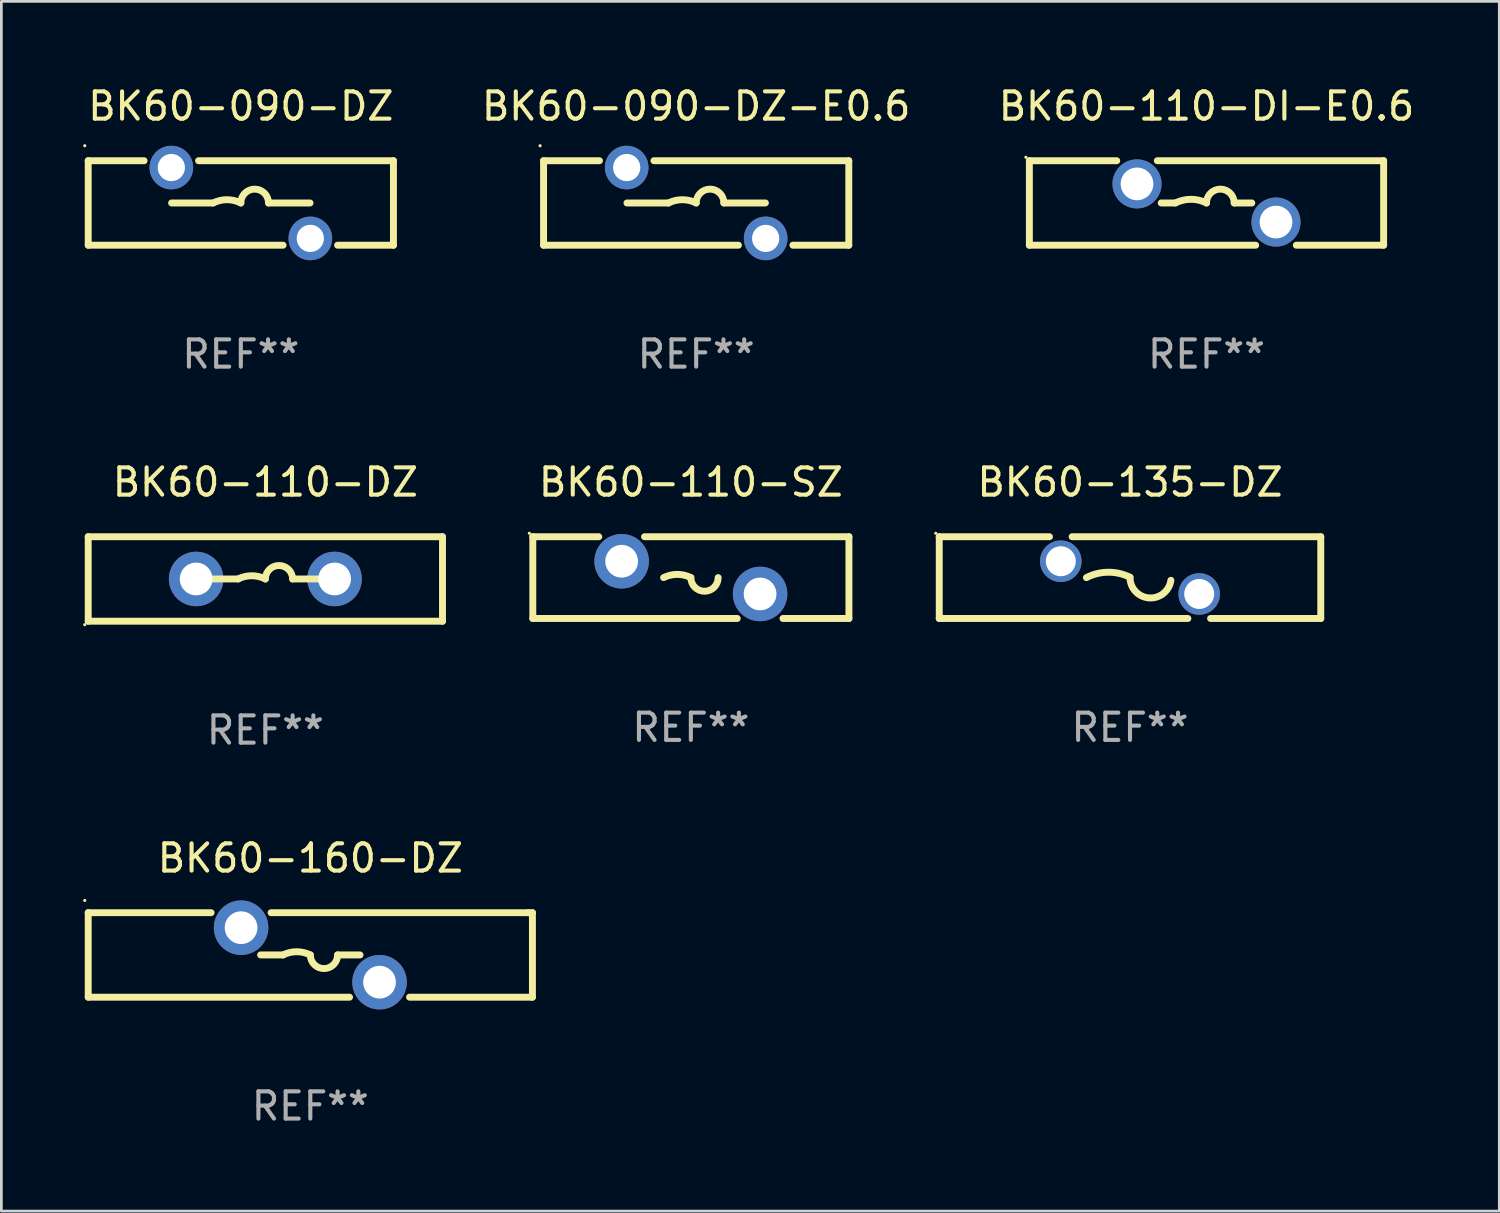
<source format=kicad_pcb>
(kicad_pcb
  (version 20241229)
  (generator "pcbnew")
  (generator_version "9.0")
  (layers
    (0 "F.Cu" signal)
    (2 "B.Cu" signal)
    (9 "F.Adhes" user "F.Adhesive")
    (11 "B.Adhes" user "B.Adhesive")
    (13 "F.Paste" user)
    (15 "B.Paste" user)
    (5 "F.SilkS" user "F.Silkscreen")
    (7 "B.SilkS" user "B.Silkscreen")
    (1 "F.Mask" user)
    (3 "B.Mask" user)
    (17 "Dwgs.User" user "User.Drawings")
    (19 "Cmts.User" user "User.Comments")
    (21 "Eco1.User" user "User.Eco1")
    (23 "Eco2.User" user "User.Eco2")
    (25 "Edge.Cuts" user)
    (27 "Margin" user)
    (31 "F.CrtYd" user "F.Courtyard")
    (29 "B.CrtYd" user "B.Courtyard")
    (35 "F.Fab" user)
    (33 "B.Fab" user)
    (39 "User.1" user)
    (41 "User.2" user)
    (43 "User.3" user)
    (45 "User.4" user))
  (footprint "BK60-110-DZ"
    (layer "F.Cu")
    (at 6.687 18.195)
    (property "Reference" "BK60-110-DZ" (at 0 -3.55 0) (layer "F.SilkS") (effects (font (size 1 1) (thickness 0.15))))
    (attr through_hole)
    (fp_line (start -6.5 -1.55) (end 6.5 -1.55) (stroke (width 0.254) (type solid)) (layer "F.SilkS"))
    (fp_line (start -6.5 1.55) (end -6.5 -1.55) (stroke (width 0.254) (type solid)) (layer "F.SilkS"))
    (fp_line (start -1 -0.000127) (end -2 -0.000127) (stroke (width 0.254) (type solid)) (layer "F.SilkS"))
    (fp_line (start 1 -0.000127) (end 2 -0.000127) (stroke (width 0.254) (type solid)) (layer "F.SilkS"))
    (fp_line (start 6.5 -1.55) (end 6.5 1.55) (stroke (width 0.254) (type solid)) (layer "F.SilkS"))
    (fp_line (start 6.5 1.55) (end -6.5 1.55) (stroke (width 0.254) (type solid)) (layer "F.SilkS"))
    (fp_arc (start -1.000127 -0.000127) (mid -0.500127 -0.118148) (end -0.000127 -0.000127) (stroke (width 0.254001) (type solid)) (layer "F.SilkS"))
    (fp_arc (start -0.000127 -0.000127) (mid 0.500254 -0.5) (end 1.000635 -0.000127) (stroke (width 0.254001) (type solid)) (layer "F.SilkS"))
    (fp_circle (center -6.627 1.677) (end -6.597 1.677) (stroke (width 0.06) (type solid)) (fill no) (layer "F.SilkS"))
    (fp_text user "REF**" (at 0 5.55 0) (layer "F.Fab") (effects (font (size 1 1) (thickness 0.15))))
    (pad "1" thru_hole circle (at -2.54 -0.000127) (size 2 2) (drill 1.2) (layers "*.Cu" "*.Mask"))
    (pad "2" thru_hole circle (at 2.54 -0.000127) (size 2 2) (drill 1.2) (layers "*.Cu" "*.Mask")))
  (footprint "BK60-090-DZ"
    (layer "F.Cu")
    (at 5.787 4.398)
    (property "Reference" "BK60-090-DZ" (at 0 -3.55 0) (layer "F.SilkS") (effects (font (size 1 1) (thickness 0.15))))
    (attr through_hole)
    (fp_line (start -5.6 -1.55) (end -3.55 -1.55) (stroke (width 0.254) (type solid)) (layer "F.SilkS"))
    (fp_line (start -5.6 1.55) (end -5.6 -1.55) (stroke (width 0.254) (type solid)) (layer "F.SilkS"))
    (fp_line (start -5.6 1.55) (end 1.55 1.55) (stroke (width 0.254) (type solid)) (layer "F.SilkS"))
    (fp_line (start -2.54 0) (end -1.016 0) (stroke (width 0.254) (type solid)) (layer "F.SilkS"))
    (fp_line (start -1.55 -1.55) (end 5.6 -1.55) (stroke (width 0.254) (type solid)) (layer "F.SilkS"))
    (fp_line (start 2.54 0) (end 1.016 0) (stroke (width 0.254) (type solid)) (layer "F.SilkS"))
    (fp_line (start 3.55 1.55) (end 5.6 1.55) (stroke (width 0.254) (type solid)) (layer "F.SilkS"))
    (fp_line (start 5.6 -1.55) (end 5.6 1.55) (stroke (width 0.254) (type solid)) (layer "F.SilkS"))
    (fp_arc (start -1.016002 0) (mid -0.508001 -0.119923) (end 0 0) (stroke (width 0.254001) (type solid)) (layer "F.SilkS"))
    (fp_arc (start 0 0) (mid 0.508001 -0.508001) (end 1.016002 0) (stroke (width 0.254001) (type solid)) (layer "F.SilkS"))
    (fp_circle (center -5.727 -2.1) (end -5.697 -2.1) (stroke (width 0.06) (type solid)) (fill no) (layer "F.SilkS"))
    (fp_text user "REF**" (at 0 5.55 0) (layer "F.Fab") (effects (font (size 1 1) (thickness 0.15))))
    (pad "1" thru_hole circle (at -2.55 -1.3) (size 1.6 1.6) (drill 1) (layers "*.Cu" "*.Mask"))
    (pad "2" thru_hole circle (at 2.55 1.3) (size 1.6 1.6) (drill 1) (layers "*.Cu" "*.Mask")))
  (footprint "BK60-160-DZ"
    (layer "F.Cu")
    (at 8.337 31.991)
    (property "Reference" "BK60-160-DZ" (at 0 -3.55 0) (layer "F.SilkS") (effects (font (size 1 1) (thickness 0.15))))
    (attr through_hole)
    (fp_line (start -8.15 -1.55) (end -3.641 -1.55) (stroke (width 0.254) (type solid)) (layer "F.SilkS"))
    (fp_line (start -8.15 1.55) (end -8.15 -1.55) (stroke (width 0.254) (type solid)) (layer "F.SilkS"))
    (fp_line (start -8.15 1.55) (end 1.439 1.55) (stroke (width 0.254) (type solid)) (layer "F.SilkS"))
    (fp_line (start -1.439 -1.55) (end 8 -1.55) (stroke (width 0.254) (type solid)) (layer "F.SilkS"))
    (fp_line (start -1 -0.000127) (end -1.824 -0.000127) (stroke (width 0.254) (type solid)) (layer "F.SilkS"))
    (fp_line (start 1.001 -0.000127) (end 1.824 -0.000127) (stroke (width 0.254) (type solid)) (layer "F.SilkS"))
    (fp_line (start 3.641 1.55) (end 8.15 1.55) (stroke (width 0.254) (type solid)) (layer "F.SilkS"))
    (fp_line (start 8 -1.55) (end 8.15 -1.55) (stroke (width 0.254) (type solid)) (layer "F.SilkS"))
    (fp_line (start 8.15 -1.55) (end 8.15 1.55) (stroke (width 0.254) (type solid)) (layer "F.SilkS"))
    (fp_arc (start -1 -0.000127) (mid -0.5 -0.118148) (end 0 -0.000127) (stroke (width 0.254001) (type solid)) (layer "F.SilkS"))
    (fp_arc (start 1.000762 -0.000127) (mid 0.500381 0.5) (end 0 -0.000127) (stroke (width 0.254001) (type solid)) (layer "F.SilkS"))
    (fp_circle (center -8.277 -2) (end -8.247 -2) (stroke (width 0.06) (type solid)) (fill no) (layer "F.SilkS"))
    (fp_text user "REF**" (at 0 5.55 0) (layer "F.Fab") (effects (font (size 1 1) (thickness 0.15))))
    (pad "1" thru_hole circle (at -2.54 -1) (size 2 2) (drill 1.2) (layers "*.Cu" "*.Mask"))
    (pad "2" thru_hole circle (at 2.54 1) (size 2 2) (drill 1.2) (layers "*.Cu" "*.Mask")))
  (footprint "BK60-110-DI-E0.6"
    (layer "F.Cu")
    (at 41.222 4.398)
    (property "Reference" "BK60-110-DI-E0.6" (at 0 -3.55 0) (layer "F.SilkS") (effects (font (size 1 1) (thickness 0.15))))
    (attr through_hole)
    (fp_line (start -6.5 1.55) (end -6.5 -1.55) (stroke (width 0.254) (type solid)) (layer "F.SilkS"))
    (fp_line (start -6.5 1.55) (end 1.805 1.55) (stroke (width 0.254) (type solid)) (layer "F.SilkS"))
    (fp_line (start -6.5 -1.55) (end -3.295 -1.55) (stroke (width 0.254) (type solid)) (layer "F.SilkS"))
    (fp_line (start -1.805 -1.55) (end 6.5 -1.55) (stroke (width 0.254) (type solid)) (layer "F.SilkS"))
    (fp_line (start -1.662 0) (end -1.143 0) (stroke (width 0.254) (type solid)) (layer "F.SilkS"))
    (fp_line (start 1.662 0) (end 1.016 0) (stroke (width 0.254) (type solid)) (layer "F.SilkS"))
    (fp_line (start 3.295 1.55) (end 6.5 1.55) (stroke (width 0.254) (type solid)) (layer "F.SilkS"))
    (fp_line (start 6.5 -1.55) (end 6.5 1.55) (stroke (width 0.254) (type solid)) (layer "F.SilkS"))
    (fp_arc (start -1.143002 0) (mid -0.571501 -0.134913) (end 0 0) (stroke (width 0.254001) (type solid)) (layer "F.SilkS"))
    (fp_arc (start 0 0) (mid 0.508001 -0.508001) (end 1.016002 0) (stroke (width 0.254001) (type solid)) (layer "F.SilkS"))
    (fp_circle (center -6.627 -1.677) (end -6.597 -1.677) (stroke (width 0.06) (type solid)) (fill no) (layer "F.SilkS"))
    (fp_text user "REF**" (at 0 5.55 0) (layer "F.Fab") (effects (font (size 1 1) (thickness 0.15))))
    (pad "1" thru_hole circle (at -2.55 -0.7) (size 1.8 1.8) (drill 1.2) (layers "*.Cu" "*.Mask"))
    (pad "2" thru_hole circle (at 2.55 0.7) (size 1.8 1.8) (drill 1.2) (layers "*.Cu" "*.Mask")))
  (footprint "BK60-135-DZ"
    (layer "F.Cu")
    (at 38.415 18.145)
    (property "Reference" "BK60-135-DZ" (at 0 -3.5 0) (layer "F.SilkS") (effects (font (size 1 1) (thickness 0.15))))
    (attr through_hole)
    (fp_line (start -7 -1.5) (end -7 1.5) (stroke (width 0.254) (type solid)) (layer "F.SilkS"))
    (fp_line (start -7 -1.5) (end -2.956 -1.5) (stroke (width 0.254) (type solid)) (layer "F.SilkS"))
    (fp_line (start -2.124 -1.5) (end 7 -1.5) (stroke (width 0.254) (type solid)) (layer "F.SilkS"))
    (fp_line (start 2.124 1.5) (end -7 1.5) (stroke (width 0.254) (type solid)) (layer "F.SilkS"))
    (fp_line (start 7 1.5) (end 2.956 1.5) (stroke (width 0.254) (type solid)) (layer "F.SilkS"))
    (fp_line (start 7 1.5) (end 7 -1.5) (stroke (width 0.254) (type solid)) (layer "F.SilkS"))
    (fp_arc (start -1.6 0) (mid -0.801529 -0.197174) (end 0 -0.012827) (stroke (width 0.254001) (type solid)) (layer "F.SilkS"))
    (fp_arc (start 1.5 0.1) (mid 0.69724 0.745018) (end 0.000001 -0.012828) (stroke (width 0.254001) (type solid)) (layer "F.SilkS"))
    (fp_circle (center -7.127 -1.627) (end -7.097 -1.627) (stroke (width 0.06) (type solid)) (fill no) (layer "F.SilkS"))
    (fp_text user "REF**" (at 0 5.5 0) (layer "F.Fab") (effects (font (size 1 1) (thickness 0.15))))
    (pad "1" thru_hole circle (at -2.54 -0.6) (size 1.524 1.524) (drill 1.1) (layers "*.Cu" "*.Mask"))
    (pad "2" thru_hole circle (at 2.54 0.6) (size 1.524 1.524) (drill 1.1) (layers "*.Cu" "*.Mask")))
  (footprint "BK60-090-DZ-E0.6"
    (layer "F.Cu")
    (at 22.496 4.398)
    (property "Reference" "BK60-090-DZ-E0.6" (at 0 -3.55 0) (layer "F.SilkS") (effects (font (size 1 1) (thickness 0.15))))
    (attr through_hole)
    (fp_line (start -5.6 -1.55) (end -3.55 -1.55) (stroke (width 0.254) (type solid)) (layer "F.SilkS"))
    (fp_line (start -5.6 1.55) (end -5.6 -1.55) (stroke (width 0.254) (type solid)) (layer "F.SilkS"))
    (fp_line (start -5.6 1.55) (end 1.55 1.55) (stroke (width 0.254) (type solid)) (layer "F.SilkS"))
    (fp_line (start -2.54 0) (end -1.016 0) (stroke (width 0.254) (type solid)) (layer "F.SilkS"))
    (fp_line (start -1.55 -1.55) (end 5.6 -1.55) (stroke (width 0.254) (type solid)) (layer "F.SilkS"))
    (fp_line (start 2.54 0) (end 1.016 0) (stroke (width 0.254) (type solid)) (layer "F.SilkS"))
    (fp_line (start 3.55 1.55) (end 5.6 1.55) (stroke (width 0.254) (type solid)) (layer "F.SilkS"))
    (fp_line (start 5.6 -1.55) (end 5.6 1.55) (stroke (width 0.254) (type solid)) (layer "F.SilkS"))
    (fp_arc (start -1.016002 0) (mid -0.508001 -0.119923) (end 0 0) (stroke (width 0.254001) (type solid)) (layer "F.SilkS"))
    (fp_arc (start 0 0) (mid 0.508001 -0.508001) (end 1.016002 0) (stroke (width 0.254001) (type solid)) (layer "F.SilkS"))
    (fp_circle (center -5.727 -2.1) (end -5.697 -2.1) (stroke (width 0.06) (type solid)) (fill no) (layer "F.SilkS"))
    (fp_text user "REF**" (at 0 5.55 0) (layer "F.Fab") (effects (font (size 1 1) (thickness 0.15))))
    (pad "1" thru_hole circle (at -2.55 -1.3) (size 1.6 1.6) (drill 1) (layers "*.Cu" "*.Mask"))
    (pad "2" thru_hole circle (at 2.55 1.3) (size 1.6 1.6) (drill 1) (layers "*.Cu" "*.Mask")))
  (footprint "BK60-110-SZ"
    (layer "F.Cu")
    (at 22.301 18.145)
    (property "Reference" "BK60-110-SZ" (at 0 -3.5 0) (layer "F.SilkS") (effects (font (size 1 1) (thickness 0.15))))
    (attr through_hole)
    (fp_line (start -5.8 -1.5) (end -5.8 1.5) (stroke (width 0.254) (type solid)) (layer "F.SilkS"))
    (fp_line (start -5.8 -1.5) (end -3.379 -1.5) (stroke (width 0.254) (type solid)) (layer "F.SilkS"))
    (fp_line (start -1.701 -1.5) (end 5.8 -1.5) (stroke (width 0.254) (type solid)) (layer "F.SilkS"))
    (fp_line (start 1.701 1.5) (end -5.8 1.5) (stroke (width 0.254) (type solid)) (layer "F.SilkS"))
    (fp_line (start 5.8 -1.5) (end 5.8 1.5) (stroke (width 0.254) (type solid)) (layer "F.SilkS"))
    (fp_line (start 5.8 1.5) (end 3.379 1.5) (stroke (width 0.254) (type solid)) (layer "F.SilkS"))
    (fp_arc (start -1 0) (mid -0.5 -0.118021) (end 0 0) (stroke (width 0.254001) (type solid)) (layer "F.SilkS"))
    (fp_arc (start 1.000762 0) (mid 0.500381 0.500127) (end 0 0) (stroke (width 0.254001) (type solid)) (layer "F.SilkS"))
    (fp_circle (center -5.927 -1.627) (end -5.897 -1.627) (stroke (width 0.06) (type solid)) (fill no) (layer "F.SilkS"))
    (fp_text user "REF**" (at 0 5.5 0) (layer "F.Fab") (effects (font (size 1 1) (thickness 0.15))))
    (pad "1" thru_hole circle (at -2.54 -0.6) (size 2 2) (drill 1.2) (layers "*.Cu" "*.Mask"))
    (pad "2" thru_hole circle (at 2.54 0.6) (size 2 2) (drill 1.2) (layers "*.Cu" "*.Mask")))
  (gr_rect
    (start -3 -3)
    (end 51.966 41.39)
    (stroke (width 0.1) (type default))
    (fill no)
    (layer "Edge.Cuts")))
</source>
